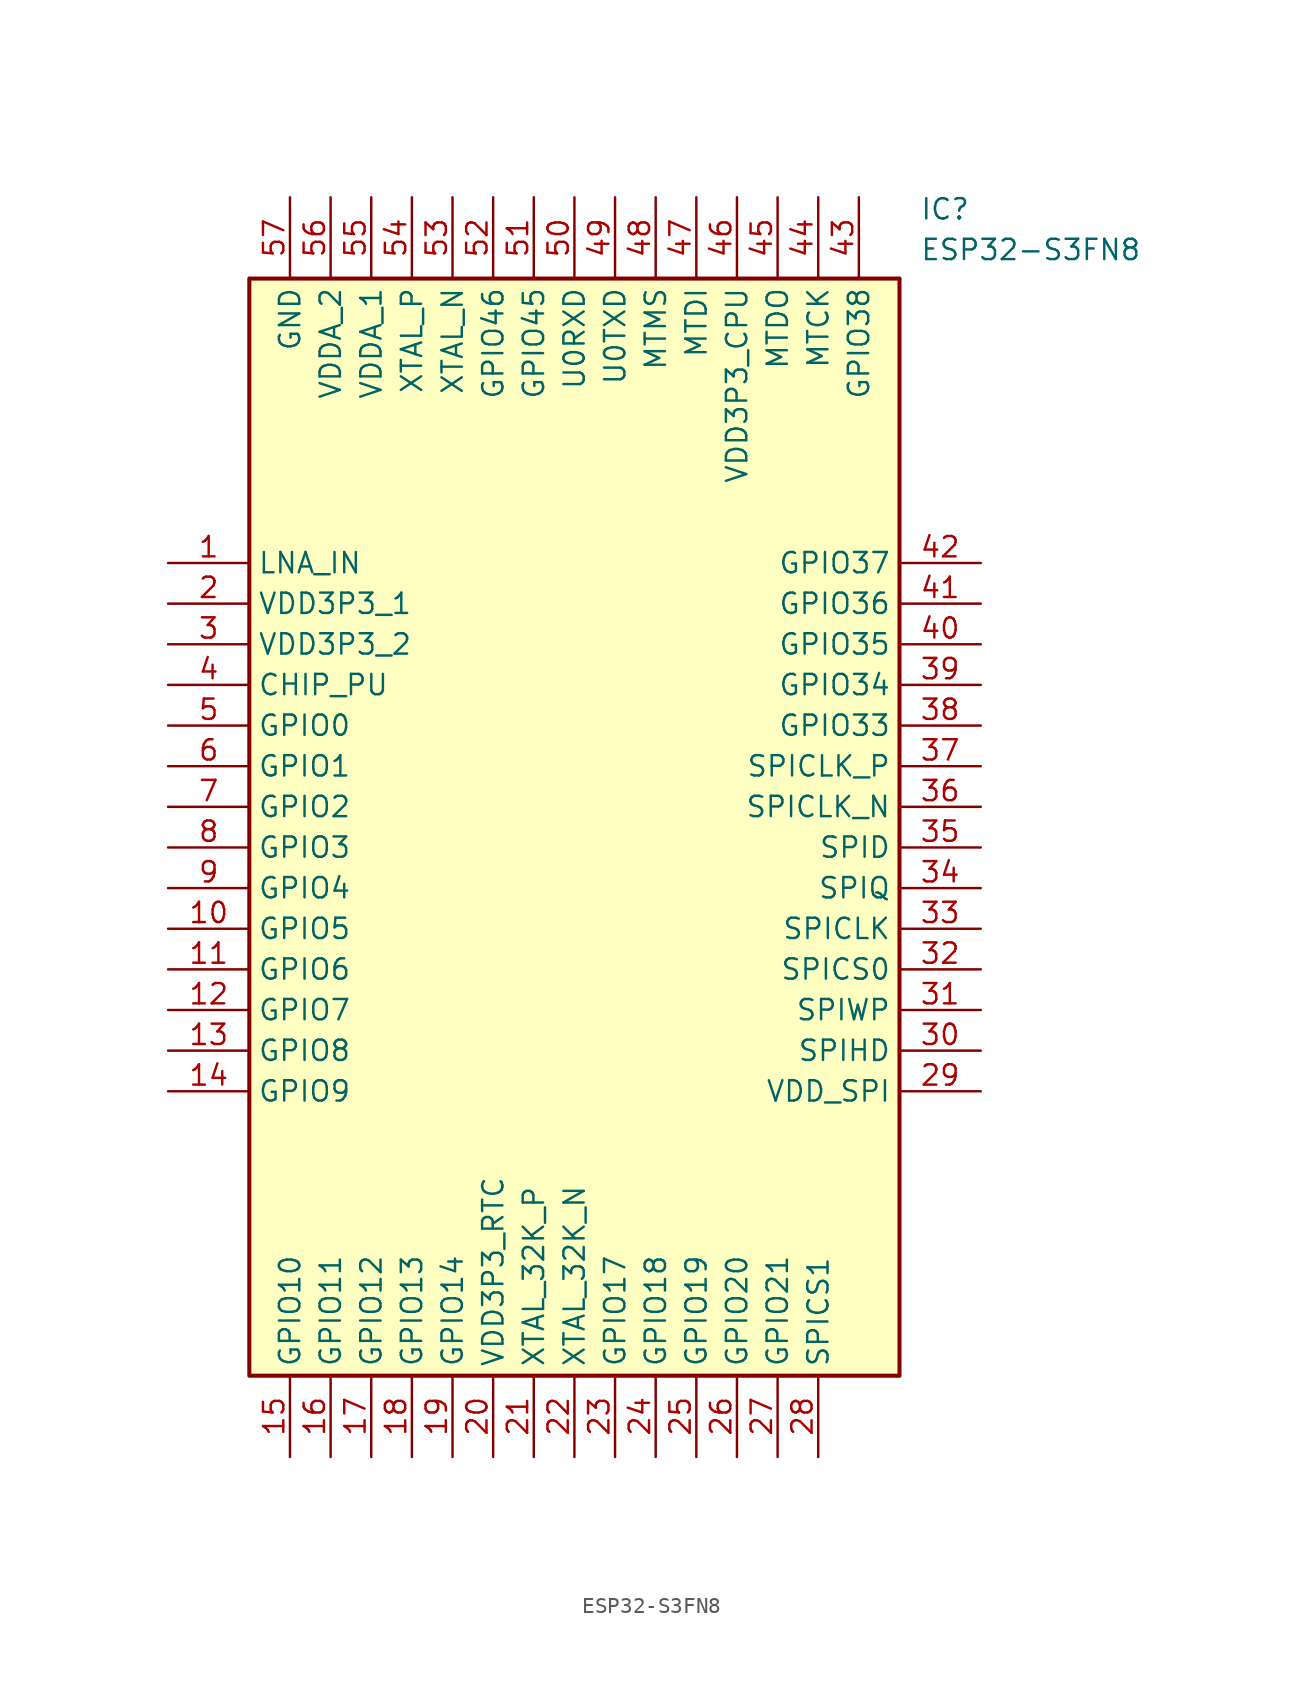
<source format=kicad_sym>
(kicad_symbol_lib
  (version 20211014)
  (generator SamacSys_ECAD_Model)
  (symbol "ESP32-S3FN8"
    (property "Reference" "IC"
      (at 46.99 22.86 0)
      (effects (font (size 1.27 1.27)) (justify left top)))
    (property "Value" "ESP32-S3FN8"
      (at 46.99 20.32 0)
      (effects (font (size 1.27 1.27)) (justify left top)))
    (rectangle
      (start 5.08 17.78)
      (end 45.72 -50.8)
      (stroke (width 0.254) (type default))
      (fill (type background)))
    (pin passive line
      (at 0 0 0)
      (length 5.08)
      (name "LNA_IN" (effects (font (size 1.27 1.27))))
      (number "1" (effects (font (size 1.27 1.27)))))
    (pin passive line
      (at 0 -2.54 0)
      (length 5.08)
      (name "VDD3P3_1" (effects (font (size 1.27 1.27))))
      (number "2" (effects (font (size 1.27 1.27)))))
    (pin passive line
      (at 0 -5.08 0)
      (length 5.08)
      (name "VDD3P3_2" (effects (font (size 1.27 1.27))))
      (number "3" (effects (font (size 1.27 1.27)))))
    (pin passive line
      (at 0 -7.62 0)
      (length 5.08)
      (name "CHIP_PU" (effects (font (size 1.27 1.27))))
      (number "4" (effects (font (size 1.27 1.27)))))
    (pin passive line
      (at 0 -10.16 0)
      (length 5.08)
      (name "GPIO0" (effects (font (size 1.27 1.27))))
      (number "5" (effects (font (size 1.27 1.27)))))
    (pin passive line
      (at 0 -12.7 0)
      (length 5.08)
      (name "GPIO1" (effects (font (size 1.27 1.27))))
      (number "6" (effects (font (size 1.27 1.27)))))
    (pin passive line
      (at 0 -15.24 0)
      (length 5.08)
      (name "GPIO2" (effects (font (size 1.27 1.27))))
      (number "7" (effects (font (size 1.27 1.27)))))
    (pin passive line
      (at 0 -17.78 0)
      (length 5.08)
      (name "GPIO3" (effects (font (size 1.27 1.27))))
      (number "8" (effects (font (size 1.27 1.27)))))
    (pin passive line
      (at 0 -20.32 0)
      (length 5.08)
      (name "GPIO4" (effects (font (size 1.27 1.27))))
      (number "9" (effects (font (size 1.27 1.27)))))
    (pin passive line
      (at 0 -22.86 0)
      (length 5.08)
      (name "GPIO5" (effects (font (size 1.27 1.27))))
      (number "10" (effects (font (size 1.27 1.27)))))
    (pin passive line
      (at 0 -25.4 0)
      (length 5.08)
      (name "GPIO6" (effects (font (size 1.27 1.27))))
      (number "11" (effects (font (size 1.27 1.27)))))
    (pin passive line
      (at 0 -27.94 0)
      (length 5.08)
      (name "GPIO7" (effects (font (size 1.27 1.27))))
      (number "12" (effects (font (size 1.27 1.27)))))
    (pin passive line
      (at 0 -30.48 0)
      (length 5.08)
      (name "GPIO8" (effects (font (size 1.27 1.27))))
      (number "13" (effects (font (size 1.27 1.27)))))
    (pin passive line
      (at 0 -33.02 0)
      (length 5.08)
      (name "GPIO9" (effects (font (size 1.27 1.27))))
      (number "14" (effects (font (size 1.27 1.27)))))
    (pin passive line
      (at 7.62 -55.88 90)
      (length 5.08)
      (name "GPIO10" (effects (font (size 1.27 1.27))))
      (number "15" (effects (font (size 1.27 1.27)))))
    (pin passive line
      (at 10.16 -55.88 90)
      (length 5.08)
      (name "GPIO11" (effects (font (size 1.27 1.27))))
      (number "16" (effects (font (size 1.27 1.27)))))
    (pin passive line
      (at 12.7 -55.88 90)
      (length 5.08)
      (name "GPIO12" (effects (font (size 1.27 1.27))))
      (number "17" (effects (font (size 1.27 1.27)))))
    (pin passive line
      (at 15.24 -55.88 90)
      (length 5.08)
      (name "GPIO13" (effects (font (size 1.27 1.27))))
      (number "18" (effects (font (size 1.27 1.27)))))
    (pin passive line
      (at 17.78 -55.88 90)
      (length 5.08)
      (name "GPIO14" (effects (font (size 1.27 1.27))))
      (number "19" (effects (font (size 1.27 1.27)))))
    (pin passive line
      (at 20.32 -55.88 90)
      (length 5.08)
      (name "VDD3P3_RTC" (effects (font (size 1.27 1.27))))
      (number "20" (effects (font (size 1.27 1.27)))))
    (pin passive line
      (at 22.86 -55.88 90)
      (length 5.08)
      (name "XTAL_32K_P" (effects (font (size 1.27 1.27))))
      (number "21" (effects (font (size 1.27 1.27)))))
    (pin passive line
      (at 25.4 -55.88 90)
      (length 5.08)
      (name "XTAL_32K_N" (effects (font (size 1.27 1.27))))
      (number "22" (effects (font (size 1.27 1.27)))))
    (pin passive line
      (at 27.94 -55.88 90)
      (length 5.08)
      (name "GPIO17" (effects (font (size 1.27 1.27))))
      (number "23" (effects (font (size 1.27 1.27)))))
    (pin passive line
      (at 30.48 -55.88 90)
      (length 5.08)
      (name "GPIO18" (effects (font (size 1.27 1.27))))
      (number "24" (effects (font (size 1.27 1.27)))))
    (pin passive line
      (at 33.02 -55.88 90)
      (length 5.08)
      (name "GPIO19" (effects (font (size 1.27 1.27))))
      (number "25" (effects (font (size 1.27 1.27)))))
    (pin passive line
      (at 35.56 -55.88 90)
      (length 5.08)
      (name "GPIO20" (effects (font (size 1.27 1.27))))
      (number "26" (effects (font (size 1.27 1.27)))))
    (pin passive line
      (at 38.1 -55.88 90)
      (length 5.08)
      (name "GPIO21" (effects (font (size 1.27 1.27))))
      (number "27" (effects (font (size 1.27 1.27)))))
    (pin passive line
      (at 40.64 -55.88 90)
      (length 5.08)
      (name "SPICS1" (effects (font (size 1.27 1.27))))
      (number "28" (effects (font (size 1.27 1.27)))))
    (pin passive line
      (at 50.8 0 180)
      (length 5.08)
      (name "GPIO37" (effects (font (size 1.27 1.27))))
      (number "42" (effects (font (size 1.27 1.27)))))
    (pin passive line
      (at 50.8 -2.54 180)
      (length 5.08)
      (name "GPIO36" (effects (font (size 1.27 1.27))))
      (number "41" (effects (font (size 1.27 1.27)))))
    (pin passive line
      (at 50.8 -5.08 180)
      (length 5.08)
      (name "GPIO35" (effects (font (size 1.27 1.27))))
      (number "40" (effects (font (size 1.27 1.27)))))
    (pin passive line
      (at 50.8 -7.62 180)
      (length 5.08)
      (name "GPIO34" (effects (font (size 1.27 1.27))))
      (number "39" (effects (font (size 1.27 1.27)))))
    (pin passive line
      (at 50.8 -10.16 180)
      (length 5.08)
      (name "GPIO33" (effects (font (size 1.27 1.27))))
      (number "38" (effects (font (size 1.27 1.27)))))
    (pin passive line
      (at 50.8 -12.7 180)
      (length 5.08)
      (name "SPICLK_P" (effects (font (size 1.27 1.27))))
      (number "37" (effects (font (size 1.27 1.27)))))
    (pin passive line
      (at 50.8 -15.24 180)
      (length 5.08)
      (name "SPICLK_N" (effects (font (size 1.27 1.27))))
      (number "36" (effects (font (size 1.27 1.27)))))
    (pin passive line
      (at 50.8 -17.78 180)
      (length 5.08)
      (name "SPID" (effects (font (size 1.27 1.27))))
      (number "35" (effects (font (size 1.27 1.27)))))
    (pin passive line
      (at 50.8 -20.32 180)
      (length 5.08)
      (name "SPIQ" (effects (font (size 1.27 1.27))))
      (number "34" (effects (font (size 1.27 1.27)))))
    (pin passive line
      (at 50.8 -22.86 180)
      (length 5.08)
      (name "SPICLK" (effects (font (size 1.27 1.27))))
      (number "33" (effects (font (size 1.27 1.27)))))
    (pin passive line
      (at 50.8 -25.4 180)
      (length 5.08)
      (name "SPICS0" (effects (font (size 1.27 1.27))))
      (number "32" (effects (font (size 1.27 1.27)))))
    (pin passive line
      (at 50.8 -27.94 180)
      (length 5.08)
      (name "SPIWP" (effects (font (size 1.27 1.27))))
      (number "31" (effects (font (size 1.27 1.27)))))
    (pin passive line
      (at 50.8 -30.48 180)
      (length 5.08)
      (name "SPIHD" (effects (font (size 1.27 1.27))))
      (number "30" (effects (font (size 1.27 1.27)))))
    (pin passive line
      (at 50.8 -33.02 180)
      (length 5.08)
      (name "VDD_SPI" (effects (font (size 1.27 1.27))))
      (number "29" (effects (font (size 1.27 1.27)))))
    (pin passive line
      (at 7.62 22.86 270)
      (length 5.08)
      (name "GND" (effects (font (size 1.27 1.27))))
      (number "57" (effects (font (size 1.27 1.27)))))
    (pin passive line
      (at 10.16 22.86 270)
      (length 5.08)
      (name "VDDA_2" (effects (font (size 1.27 1.27))))
      (number "56" (effects (font (size 1.27 1.27)))))
    (pin passive line
      (at 12.7 22.86 270)
      (length 5.08)
      (name "VDDA_1" (effects (font (size 1.27 1.27))))
      (number "55" (effects (font (size 1.27 1.27)))))
    (pin passive line
      (at 15.24 22.86 270)
      (length 5.08)
      (name "XTAL_P" (effects (font (size 1.27 1.27))))
      (number "54" (effects (font (size 1.27 1.27)))))
    (pin passive line
      (at 17.78 22.86 270)
      (length 5.08)
      (name "XTAL_N" (effects (font (size 1.27 1.27))))
      (number "53" (effects (font (size 1.27 1.27)))))
    (pin passive line
      (at 20.32 22.86 270)
      (length 5.08)
      (name "GPIO46" (effects (font (size 1.27 1.27))))
      (number "52" (effects (font (size 1.27 1.27)))))
    (pin passive line
      (at 22.86 22.86 270)
      (length 5.08)
      (name "GPIO45" (effects (font (size 1.27 1.27))))
      (number "51" (effects (font (size 1.27 1.27)))))
    (pin passive line
      (at 25.4 22.86 270)
      (length 5.08)
      (name "U0RXD" (effects (font (size 1.27 1.27))))
      (number "50" (effects (font (size 1.27 1.27)))))
    (pin passive line
      (at 27.94 22.86 270)
      (length 5.08)
      (name "U0TXD" (effects (font (size 1.27 1.27))))
      (number "49" (effects (font (size 1.27 1.27)))))
    (pin passive line
      (at 30.48 22.86 270)
      (length 5.08)
      (name "MTMS" (effects (font (size 1.27 1.27))))
      (number "48" (effects (font (size 1.27 1.27)))))
    (pin passive line
      (at 33.02 22.86 270)
      (length 5.08)
      (name "MTDI" (effects (font (size 1.27 1.27))))
      (number "47" (effects (font (size 1.27 1.27)))))
    (pin passive line
      (at 35.56 22.86 270)
      (length 5.08)
      (name "VDD3P3_CPU" (effects (font (size 1.27 1.27))))
      (number "46" (effects (font (size 1.27 1.27)))))
    (pin passive line
      (at 38.1 22.86 270)
      (length 5.08)
      (name "MTDO" (effects (font (size 1.27 1.27))))
      (number "45" (effects (font (size 1.27 1.27)))))
    (pin passive line
      (at 40.64 22.86 270)
      (length 5.08)
      (name "MTCK" (effects (font (size 1.27 1.27))))
      (number "44" (effects (font (size 1.27 1.27)))))
    (pin passive line
      (at 43.18 22.86 270)
      (length 5.08)
      (name "GPIO38" (effects (font (size 1.27 1.27))))
      (number "43" (effects (font (size 1.27 1.27)))))))
</source>
